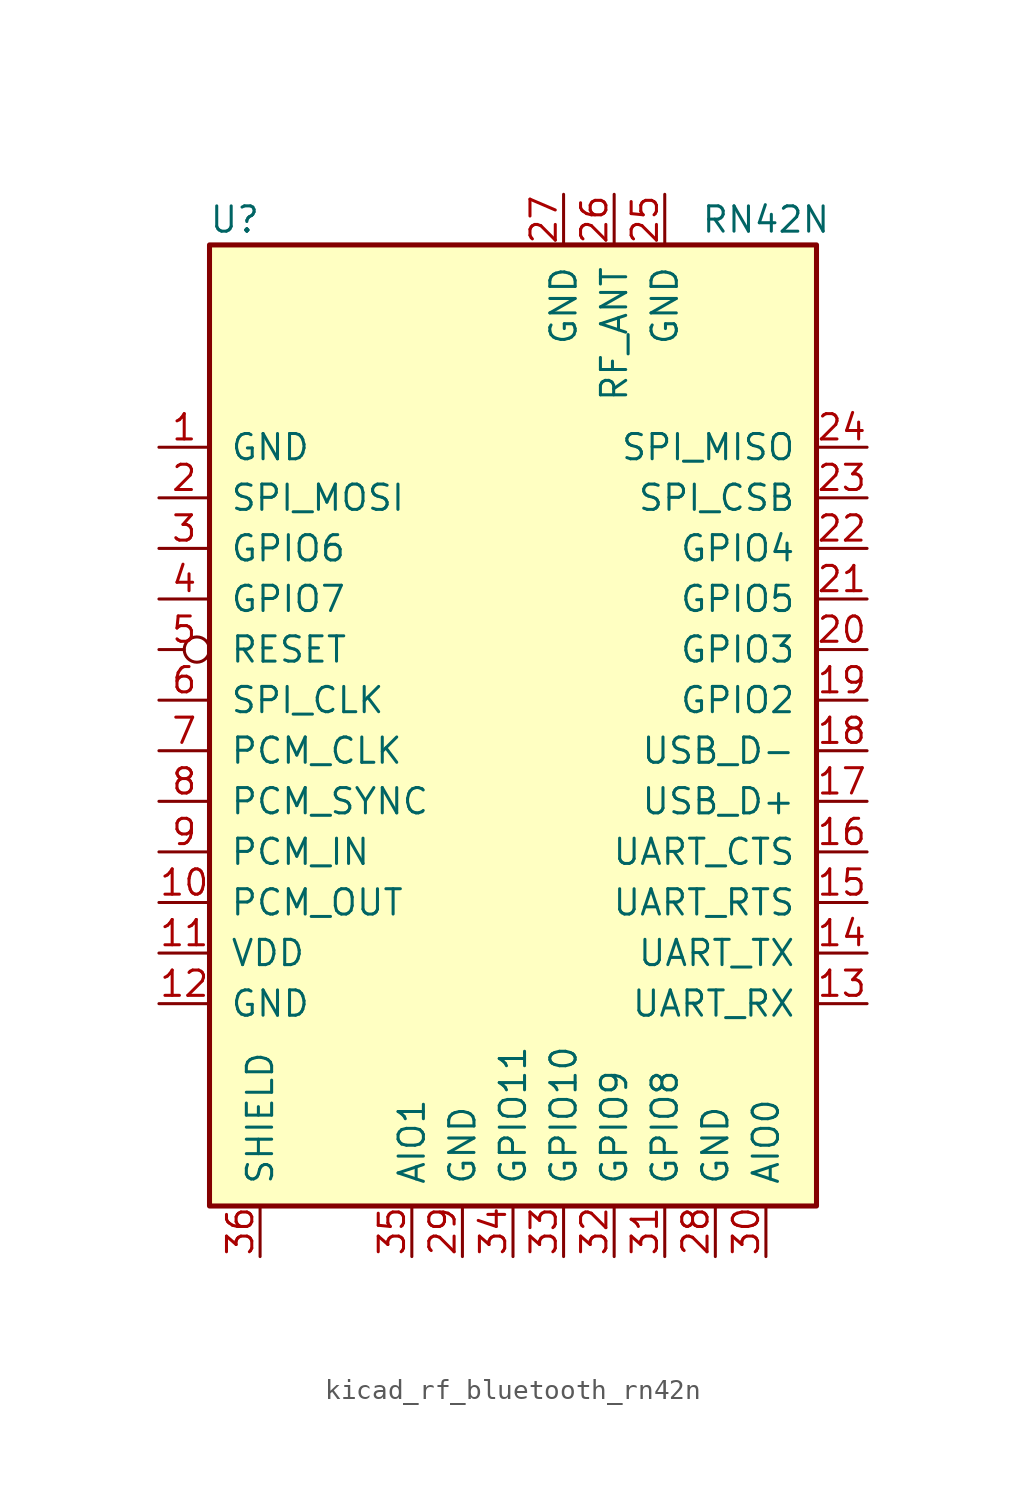
<source format=kicad_sym>
(kicad_symbol_lib
  (version 20220914)
  (generator kicad_symbol_editor)
  (symbol "kicad_rf_bluetooth_rn42n"
    (pin_names
      (offset 1.016))
    (property "Reference" "U"
      (at -13.97 26.67 0)
      (effects (font (size 1.27 1.27))))
    (property "Value" "RN42N"
      (at 12.7 26.67 0)
      (effects (font (size 1.27 1.27))))
    (symbol "kicad_rf_bluetooth_rn42n_0_1"
      (rectangle (start -15.24 25.4) (end 15.24 -22.86) (stroke (width 0.254) (type default)) (fill (type background))))
    (symbol "kicad_rf_bluetooth_rn42n_1_1"
      (pin power_in line (at -17.78 15.24 0) (length 2.54) (name "GND" (effects (font (size 1.27 1.27)))) (number "1" (effects (font (size 1.27 1.27)))))
      (pin output line (at -17.78 -7.62 0) (length 2.54) (name "PCM_OUT" (effects (font (size 1.27 1.27)))) (number "10" (effects (font (size 1.27 1.27)))))
      (pin power_in line (at -17.78 -10.16 0) (length 2.54) (name "VDD" (effects (font (size 1.27 1.27)))) (number "11" (effects (font (size 1.27 1.27)))))
      (pin power_in line (at -17.78 -12.7 0) (length 2.54) (name "GND" (effects (font (size 1.27 1.27)))) (number "12" (effects (font (size 1.27 1.27)))))
      (pin input line (at 17.78 -12.7 180) (length 2.54) (name "UART_RX" (effects (font (size 1.27 1.27)))) (number "13" (effects (font (size 1.27 1.27)))))
      (pin output line (at 17.78 -10.16 180) (length 2.54) (name "UART_TX" (effects (font (size 1.27 1.27)))) (number "14" (effects (font (size 1.27 1.27)))))
      (pin output line (at 17.78 -7.62 180) (length 2.54) (name "UART_RTS" (effects (font (size 1.27 1.27)))) (number "15" (effects (font (size 1.27 1.27)))))
      (pin input line (at 17.78 -5.08 180) (length 2.54) (name "UART_CTS" (effects (font (size 1.27 1.27)))) (number "16" (effects (font (size 1.27 1.27)))))
      (pin bidirectional line (at 17.78 -2.54 180) (length 2.54) (name "USB_D+" (effects (font (size 1.27 1.27)))) (number "17" (effects (font (size 1.27 1.27)))))
      (pin bidirectional line (at 17.78 0 180) (length 2.54) (name "USB_D-" (effects (font (size 1.27 1.27)))) (number "18" (effects (font (size 1.27 1.27)))))
      (pin bidirectional line (at 17.78 2.54 180) (length 2.54) (name "GPIO2" (effects (font (size 1.27 1.27)))) (number "19" (effects (font (size 1.27 1.27)))))
      (pin input line (at -17.78 12.7 0) (length 2.54) (name "SPI_MOSI" (effects (font (size 1.27 1.27)))) (number "2" (effects (font (size 1.27 1.27)))))
      (pin input line (at 17.78 5.08 180) (length 2.54) (name "GPIO3" (effects (font (size 1.27 1.27)))) (number "20" (effects (font (size 1.27 1.27)))))
      (pin bidirectional line (at 17.78 7.62 180) (length 2.54) (name "GPIO5" (effects (font (size 1.27 1.27)))) (number "21" (effects (font (size 1.27 1.27)))))
      (pin bidirectional line (at 17.78 10.16 180) (length 2.54) (name "GPIO4" (effects (font (size 1.27 1.27)))) (number "22" (effects (font (size 1.27 1.27)))))
      (pin input line (at 17.78 12.7 180) (length 2.54) (name "SPI_CSB" (effects (font (size 1.27 1.27)))) (number "23" (effects (font (size 1.27 1.27)))))
      (pin output line (at 17.78 15.24 180) (length 2.54) (name "SPI_MISO" (effects (font (size 1.27 1.27)))) (number "24" (effects (font (size 1.27 1.27)))))
      (pin power_in line (at 7.62 27.94 270) (length 2.54) (name "GND" (effects (font (size 1.27 1.27)))) (number "25" (effects (font (size 1.27 1.27)))))
      (pin bidirectional line (at 5.08 27.94 270) (length 2.54) (name "RF_ANT" (effects (font (size 1.27 1.27)))) (number "26" (effects (font (size 1.27 1.27)))))
      (pin power_in line (at 2.54 27.94 270) (length 2.54) (name "GND" (effects (font (size 1.27 1.27)))) (number "27" (effects (font (size 1.27 1.27)))))
      (pin power_in line (at 10.16 -25.4 90) (length 2.54) (name "GND" (effects (font (size 1.27 1.27)))) (number "28" (effects (font (size 1.27 1.27)))))
      (pin power_in line (at -2.54 -25.4 90) (length 2.54) (name "GND" (effects (font (size 1.27 1.27)))) (number "29" (effects (font (size 1.27 1.27)))))
      (pin input line (at -17.78 10.16 0) (length 2.54) (name "GPIO6" (effects (font (size 1.27 1.27)))) (number "3" (effects (font (size 1.27 1.27)))))
      (pin input line (at 12.7 -25.4 90) (length 2.54) (name "AIO0" (effects (font (size 1.27 1.27)))) (number "30" (effects (font (size 1.27 1.27)))))
      (pin output line (at 7.62 -25.4 90) (length 2.54) (name "GPIO8" (effects (font (size 1.27 1.27)))) (number "31" (effects (font (size 1.27 1.27)))))
      (pin bidirectional line (at 5.08 -25.4 90) (length 2.54) (name "GPIO9" (effects (font (size 1.27 1.27)))) (number "32" (effects (font (size 1.27 1.27)))))
      (pin bidirectional line (at 2.54 -25.4 90) (length 2.54) (name "GPIO10" (effects (font (size 1.27 1.27)))) (number "33" (effects (font (size 1.27 1.27)))))
      (pin bidirectional line (at 0 -25.4 90) (length 2.54) (name "GPIO11" (effects (font (size 1.27 1.27)))) (number "34" (effects (font (size 1.27 1.27)))))
      (pin input line (at -5.08 -25.4 90) (length 2.54) (name "AIO1" (effects (font (size 1.27 1.27)))) (number "35" (effects (font (size 1.27 1.27)))))
      (pin input line (at -12.7 -25.4 90) (length 2.54) (name "SHIELD" (effects (font (size 1.27 1.27)))) (number "36" (effects (font (size 1.27 1.27)))))
      (pin bidirectional line (at -17.78 7.62 0) (length 2.54) (name "GPIO7" (effects (font (size 1.27 1.27)))) (number "4" (effects (font (size 1.27 1.27)))))
      (pin input inverted (at -17.78 5.08 0) (length 2.54) (name "RESET" (effects (font (size 1.27 1.27)))) (number "5" (effects (font (size 1.27 1.27)))))
      (pin input line (at -17.78 2.54 0) (length 2.54) (name "SPI_CLK" (effects (font (size 1.27 1.27)))) (number "6" (effects (font (size 1.27 1.27)))))
      (pin bidirectional line (at -17.78 0 0) (length 2.54) (name "PCM_CLK" (effects (font (size 1.27 1.27)))) (number "7" (effects (font (size 1.27 1.27)))))
      (pin bidirectional line (at -17.78 -2.54 0) (length 2.54) (name "PCM_SYNC" (effects (font (size 1.27 1.27)))) (number "8" (effects (font (size 1.27 1.27)))))
      (pin input line (at -17.78 -5.08 0) (length 2.54) (name "PCM_IN" (effects (font (size 1.27 1.27)))) (number "9" (effects (font (size 1.27 1.27))))))))
</source>
